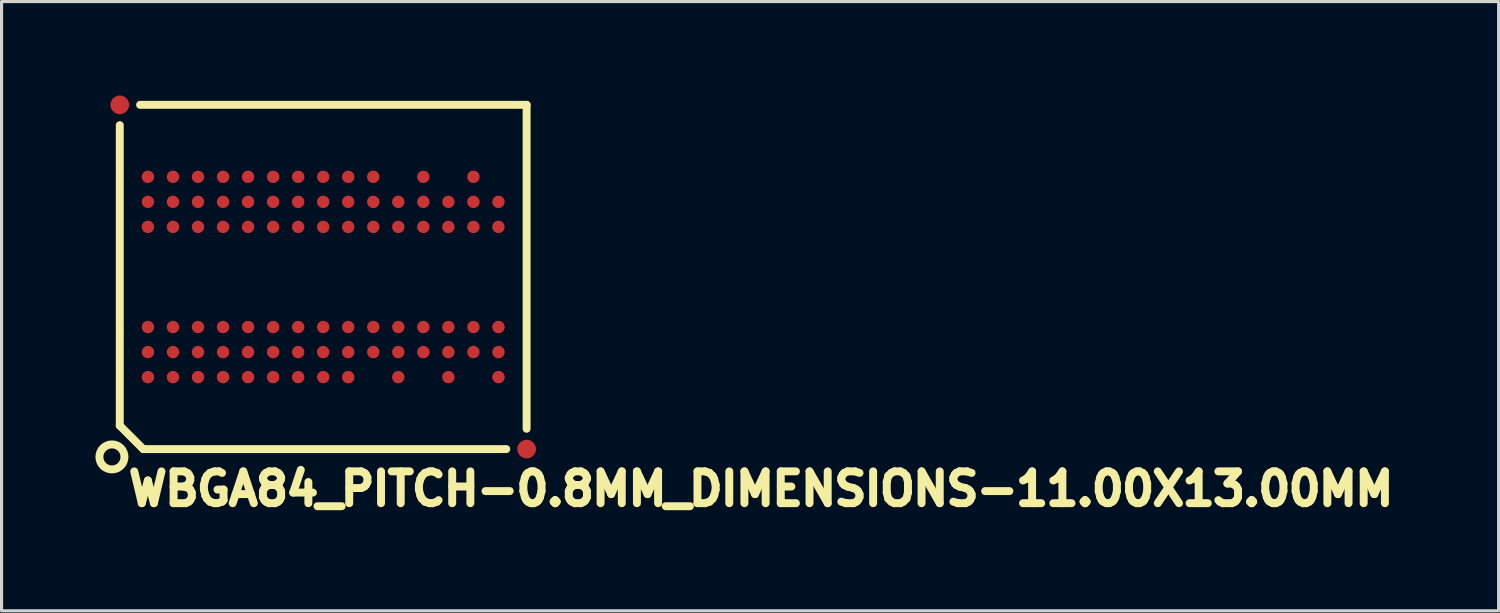
<source format=kicad_pcb>
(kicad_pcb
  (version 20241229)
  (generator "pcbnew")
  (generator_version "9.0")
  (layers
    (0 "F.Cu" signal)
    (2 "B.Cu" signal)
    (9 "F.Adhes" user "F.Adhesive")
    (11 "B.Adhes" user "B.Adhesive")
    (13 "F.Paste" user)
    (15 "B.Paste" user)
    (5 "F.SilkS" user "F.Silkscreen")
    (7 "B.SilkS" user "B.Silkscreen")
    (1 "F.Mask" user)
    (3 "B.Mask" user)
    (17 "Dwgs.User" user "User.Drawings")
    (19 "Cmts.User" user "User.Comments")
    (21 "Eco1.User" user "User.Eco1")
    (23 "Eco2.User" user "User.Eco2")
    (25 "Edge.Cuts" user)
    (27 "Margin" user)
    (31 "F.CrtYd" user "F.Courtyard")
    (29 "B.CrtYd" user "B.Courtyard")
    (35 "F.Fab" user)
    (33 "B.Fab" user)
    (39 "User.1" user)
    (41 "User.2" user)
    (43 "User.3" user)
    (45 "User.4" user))
  (footprint "WBGA84_PITCH-0.8MM_DIMENSIONS-11.00X13.00MM"
    (layer "F.Cu")
    (at 7.277 5.8)
    (property "Reference" "WBGA84_PITCH-0.8MM_DIMENSIONS-11.00X13.00MM" (at -6.35 7.366 0) (layer "F.SilkS") (effects (font (size 1.016 1.016) (thickness 0.254)) (justify left bottom)))
    (attr smd)
    (fp_line (start -6.5 -4.85) (end -6.5 4.75) (stroke (width 0.254) (type solid)) (layer "F.SilkS"))
    (fp_line (start -6.5 4.75) (end -5.75 5.5) (stroke (width 0.254) (type solid)) (layer "F.SilkS"))
    (fp_line (start -5.75 5.5) (end 5.85 5.5) (stroke (width 0.254) (type solid)) (layer "F.SilkS"))
    (fp_line (start 6.5 -5.5) (end -5.85 -5.5) (stroke (width 0.254) (type solid)) (layer "F.SilkS"))
    (fp_line (start 6.5 4.85) (end 6.5 -5.5) (stroke (width 0.254) (type solid)) (layer "F.SilkS"))
    (fp_circle (center -6.75 5.75) (end -6.35 5.75) (stroke (width 0.254) (type solid)) (fill no) (layer "F.SilkS"))
    (pad "" smd rect (at -5.6 -3.2 90) (size 0.42 0.42) (layers "F.Paste"))
    (pad "" smd rect (at -5.6 -2.4 90) (size 0.42 0.42) (layers "F.Paste"))
    (pad "" smd rect (at -5.6 -1.6 90) (size 0.42 0.42) (layers "F.Paste"))
    (pad "" smd rect (at -5.6 1.6 90) (size 0.42 0.42) (layers "F.Paste"))
    (pad "" smd rect (at -5.6 2.4 90) (size 0.42 0.42) (layers "F.Paste"))
    (pad "" smd rect (at -5.6 3.2 90) (size 0.42 0.42) (layers "F.Paste"))
    (pad "" smd rect (at -4.8 -3.2 90) (size 0.42 0.42) (layers "F.Paste"))
    (pad "" smd rect (at -4.8 -2.4 90) (size 0.42 0.42) (layers "F.Paste"))
    (pad "" smd rect (at -4.8 -1.6 90) (size 0.42 0.42) (layers "F.Paste"))
    (pad "" smd rect (at -4.8 1.6 90) (size 0.42 0.42) (layers "F.Paste"))
    (pad "" smd rect (at -4.8 2.4 90) (size 0.42 0.42) (layers "F.Paste"))
    (pad "" smd rect (at -4.8 3.2 90) (size 0.42 0.42) (layers "F.Paste"))
    (pad "" smd rect (at -4 -3.2 90) (size 0.42 0.42) (layers "F.Paste"))
    (pad "" smd rect (at -4 -2.4 90) (size 0.42 0.42) (layers "F.Paste"))
    (pad "" smd rect (at -4 -1.6 90) (size 0.42 0.42) (layers "F.Paste"))
    (pad "" smd rect (at -4 1.6 90) (size 0.42 0.42) (layers "F.Paste"))
    (pad "" smd rect (at -4 2.4 90) (size 0.42 0.42) (layers "F.Paste"))
    (pad "" smd rect (at -4 3.2 90) (size 0.42 0.42) (layers "F.Paste"))
    (pad "" smd rect (at -3.2 -3.2 90) (size 0.42 0.42) (layers "F.Paste"))
    (pad "" smd rect (at -3.2 -2.4 90) (size 0.42 0.42) (layers "F.Paste"))
    (pad "" smd rect (at -3.2 -1.6 90) (size 0.42 0.42) (layers "F.Paste"))
    (pad "" smd rect (at -3.2 1.6 90) (size 0.42 0.42) (layers "F.Paste"))
    (pad "" smd rect (at -3.2 2.4 90) (size 0.42 0.42) (layers "F.Paste"))
    (pad "" smd rect (at -3.2 3.2 90) (size 0.42 0.42) (layers "F.Paste"))
    (pad "" smd rect (at -2.4 -3.2 90) (size 0.42 0.42) (layers "F.Paste"))
    (pad "" smd rect (at -2.4 -2.4 90) (size 0.42 0.42) (layers "F.Paste"))
    (pad "" smd rect (at -2.4 -1.6 90) (size 0.42 0.42) (layers "F.Paste"))
    (pad "" smd rect (at -2.4 1.6 90) (size 0.42 0.42) (layers "F.Paste"))
    (pad "" smd rect (at -2.4 2.4 90) (size 0.42 0.42) (layers "F.Paste"))
    (pad "" smd rect (at -2.4 3.2 90) (size 0.42 0.42) (layers "F.Paste"))
    (pad "" smd rect (at -1.6 -3.2 90) (size 0.42 0.42) (layers "F.Paste"))
    (pad "" smd rect (at -1.6 -2.4 90) (size 0.42 0.42) (layers "F.Paste"))
    (pad "" smd rect (at -1.6 -1.6 90) (size 0.42 0.42) (layers "F.Paste"))
    (pad "" smd rect (at -1.6 1.6 90) (size 0.42 0.42) (layers "F.Paste"))
    (pad "" smd rect (at -1.6 2.4 90) (size 0.42 0.42) (layers "F.Paste"))
    (pad "" smd rect (at -1.6 3.2 90) (size 0.42 0.42) (layers "F.Paste"))
    (pad "" smd rect (at -0.8 -3.2 90) (size 0.42 0.42) (layers "F.Paste"))
    (pad "" smd rect (at -0.8 -2.4 90) (size 0.42 0.42) (layers "F.Paste"))
    (pad "" smd rect (at -0.8 -1.6 90) (size 0.42 0.42) (layers "F.Paste"))
    (pad "" smd rect (at -0.8 1.6 90) (size 0.42 0.42) (layers "F.Paste"))
    (pad "" smd rect (at -0.8 2.4 90) (size 0.42 0.42) (layers "F.Paste"))
    (pad "" smd rect (at -0.8 3.2 90) (size 0.42 0.42) (layers "F.Paste"))
    (pad "" smd rect (at 0 -3.2 90) (size 0.42 0.42) (layers "F.Paste"))
    (pad "" smd rect (at 0 -2.4 90) (size 0.42 0.42) (layers "F.Paste"))
    (pad "" smd rect (at 0 -1.6 90) (size 0.42 0.42) (layers "F.Paste"))
    (pad "" smd rect (at 0 1.6 90) (size 0.42 0.42) (layers "F.Paste"))
    (pad "" smd rect (at 0 2.4 90) (size 0.42 0.42) (layers "F.Paste"))
    (pad "" smd rect (at 0 3.2 90) (size 0.42 0.42) (layers "F.Paste"))
    (pad "" smd rect (at 0.8 -3.2 90) (size 0.42 0.42) (layers "F.Paste"))
    (pad "" smd rect (at 0.8 -2.4 90) (size 0.42 0.42) (layers "F.Paste"))
    (pad "" smd rect (at 0.8 -1.6 90) (size 0.42 0.42) (layers "F.Paste"))
    (pad "" smd rect (at 0.8 1.6 90) (size 0.42 0.42) (layers "F.Paste"))
    (pad "" smd rect (at 0.8 2.4 90) (size 0.42 0.42) (layers "F.Paste"))
    (pad "" smd rect (at 0.8 3.2 90) (size 0.42 0.42) (layers "F.Paste"))
    (pad "" smd rect (at 1.6 -3.2 90) (size 0.42 0.42) (layers "F.Paste"))
    (pad "" smd rect (at 1.6 -2.4 90) (size 0.42 0.42) (layers "F.Paste"))
    (pad "" smd rect (at 1.6 -1.6 90) (size 0.42 0.42) (layers "F.Paste"))
    (pad "" smd rect (at 1.6 1.6 90) (size 0.42 0.42) (layers "F.Paste"))
    (pad "" smd rect (at 1.6 2.4 90) (size 0.42 0.42) (layers "F.Paste"))
    (pad "" smd rect (at 2.4 -2.4 90) (size 0.42 0.42) (layers "F.Paste"))
    (pad "" smd rect (at 2.4 -1.6 90) (size 0.42 0.42) (layers "F.Paste"))
    (pad "" smd rect (at 2.4 1.6 90) (size 0.42 0.42) (layers "F.Paste"))
    (pad "" smd rect (at 2.4 2.4 90) (size 0.42 0.42) (layers "F.Paste"))
    (pad "" smd rect (at 2.4 3.2 90) (size 0.42 0.42) (layers "F.Paste"))
    (pad "" smd rect (at 3.2 -3.2 90) (size 0.42 0.42) (layers "F.Paste"))
    (pad "" smd rect (at 3.2 -2.4 90) (size 0.42 0.42) (layers "F.Paste"))
    (pad "" smd rect (at 3.2 -1.6 90) (size 0.42 0.42) (layers "F.Paste"))
    (pad "" smd rect (at 3.2 1.6 90) (size 0.42 0.42) (layers "F.Paste"))
    (pad "" smd rect (at 3.2 2.4 90) (size 0.42 0.42) (layers "F.Paste"))
    (pad "" smd rect (at 4 -2.4 90) (size 0.42 0.42) (layers "F.Paste"))
    (pad "" smd rect (at 4 -1.6 90) (size 0.42 0.42) (layers "F.Paste"))
    (pad "" smd rect (at 4 1.6 90) (size 0.42 0.42) (layers "F.Paste"))
    (pad "" smd rect (at 4 2.4 90) (size 0.42 0.42) (layers "F.Paste"))
    (pad "" smd rect (at 4 3.2 90) (size 0.42 0.42) (layers "F.Paste"))
    (pad "" smd rect (at 4.8 -3.2 90) (size 0.42 0.42) (layers "F.Paste"))
    (pad "" smd rect (at 4.8 -2.4 90) (size 0.42 0.42) (layers "F.Paste"))
    (pad "" smd rect (at 4.8 -1.6 90) (size 0.42 0.42) (layers "F.Paste"))
    (pad "" smd rect (at 4.8 1.6 90) (size 0.42 0.42) (layers "F.Paste"))
    (pad "" smd rect (at 4.8 2.4 90) (size 0.42 0.42) (layers "F.Paste"))
    (pad "" smd rect (at 5.6 -2.4 90) (size 0.42 0.42) (layers "F.Paste"))
    (pad "" smd rect (at 5.6 -1.6 90) (size 0.42 0.42) (layers "F.Paste"))
    (pad "" smd rect (at 5.6 1.6 90) (size 0.42 0.42) (layers "F.Paste"))
    (pad "" smd rect (at 5.6 2.4 90) (size 0.42 0.42) (layers "F.Paste"))
    (pad "" smd rect (at 5.6 3.2 90) (size 0.42 0.42) (layers "F.Paste"))
    (pad "A1" smd roundrect (at -5.6 3.2 90) (size 0.4 0.4) (layers "F.Cu" "F.Mask") (roundrect_rratio 0.5))
    (pad "A2" smd roundrect (at -5.6 2.4 90) (size 0.4 0.4) (layers "F.Cu" "F.Mask") (roundrect_rratio 0.5))
    (pad "A3" smd roundrect (at -5.6 1.6 90) (size 0.4 0.4) (layers "F.Cu" "F.Mask") (roundrect_rratio 0.5))
    (pad "A7" smd roundrect (at -5.6 -1.6 90) (size 0.4 0.4) (layers "F.Cu" "F.Mask") (roundrect_rratio 0.5))
    (pad "A8" smd roundrect (at -5.6 -2.4 90) (size 0.4 0.4) (layers "F.Cu" "F.Mask") (roundrect_rratio 0.5))
    (pad "A9" smd roundrect (at -5.6 -3.2 90) (size 0.4 0.4) (layers "F.Cu" "F.Mask") (roundrect_rratio 0.5))
    (pad "B1" smd roundrect (at -4.8 3.2 90) (size 0.4 0.4) (layers "F.Cu" "F.Mask") (roundrect_rratio 0.5))
    (pad "B2" smd roundrect (at -4.8 2.4 90) (size 0.4 0.4) (layers "F.Cu" "F.Mask") (roundrect_rratio 0.5))
    (pad "B3" smd roundrect (at -4.8 1.6 90) (size 0.4 0.4) (layers "F.Cu" "F.Mask") (roundrect_rratio 0.5))
    (pad "B7" smd roundrect (at -4.8 -1.6 90) (size 0.4 0.4) (layers "F.Cu" "F.Mask") (roundrect_rratio 0.5))
    (pad "B8" smd roundrect (at -4.8 -2.4 90) (size 0.4 0.4) (layers "F.Cu" "F.Mask") (roundrect_rratio 0.5))
    (pad "B9" smd roundrect (at -4.8 -3.2 90) (size 0.4 0.4) (layers "F.Cu" "F.Mask") (roundrect_rratio 0.5))
    (pad "C1" smd roundrect (at -4 3.2 90) (size 0.4 0.4) (layers "F.Cu" "F.Mask") (roundrect_rratio 0.5))
    (pad "C2" smd roundrect (at -4 2.4 90) (size 0.4 0.4) (layers "F.Cu" "F.Mask") (roundrect_rratio 0.5))
    (pad "C3" smd roundrect (at -4 1.6 90) (size 0.4 0.4) (layers "F.Cu" "F.Mask") (roundrect_rratio 0.5))
    (pad "C7" smd roundrect (at -4 -1.6 90) (size 0.4 0.4) (layers "F.Cu" "F.Mask") (roundrect_rratio 0.5))
    (pad "C8" smd roundrect (at -4 -2.4 90) (size 0.4 0.4) (layers "F.Cu" "F.Mask") (roundrect_rratio 0.5))
    (pad "C9" smd roundrect (at -4 -3.2 90) (size 0.4 0.4) (layers "F.Cu" "F.Mask") (roundrect_rratio 0.5))
    (pad "D1" smd roundrect (at -3.2 3.2 90) (size 0.4 0.4) (layers "F.Cu" "F.Mask") (roundrect_rratio 0.5))
    (pad "D2" smd roundrect (at -3.2 2.4 90) (size 0.4 0.4) (layers "F.Cu" "F.Mask") (roundrect_rratio 0.5))
    (pad "D3" smd roundrect (at -3.2 1.6 90) (size 0.4 0.4) (layers "F.Cu" "F.Mask") (roundrect_rratio 0.5))
    (pad "D7" smd roundrect (at -3.2 -1.6 90) (size 0.4 0.4) (layers "F.Cu" "F.Mask") (roundrect_rratio 0.5))
    (pad "D8" smd roundrect (at -3.2 -2.4 90) (size 0.4 0.4) (layers "F.Cu" "F.Mask") (roundrect_rratio 0.5))
    (pad "D9" smd roundrect (at -3.2 -3.2 90) (size 0.4 0.4) (layers "F.Cu" "F.Mask") (roundrect_rratio 0.5))
    (pad "E1" smd roundrect (at -2.4 3.2 90) (size 0.4 0.4) (layers "F.Cu" "F.Mask") (roundrect_rratio 0.5))
    (pad "E2" smd roundrect (at -2.4 2.4 90) (size 0.4 0.4) (layers "F.Cu" "F.Mask") (roundrect_rratio 0.5))
    (pad "E3" smd roundrect (at -2.4 1.6 90) (size 0.4 0.4) (layers "F.Cu" "F.Mask") (roundrect_rratio 0.5))
    (pad "E7" smd roundrect (at -2.4 -1.6 90) (size 0.4 0.4) (layers "F.Cu" "F.Mask") (roundrect_rratio 0.5))
    (pad "E8" smd roundrect (at -2.4 -2.4 90) (size 0.4 0.4) (layers "F.Cu" "F.Mask") (roundrect_rratio 0.5))
    (pad "E9" smd roundrect (at -2.4 -3.2 90) (size 0.4 0.4) (layers "F.Cu" "F.Mask") (roundrect_rratio 0.5))
    (pad "F1" smd roundrect (at -1.6 3.2 90) (size 0.4 0.4) (layers "F.Cu" "F.Mask") (roundrect_rratio 0.5))
    (pad "F2" smd roundrect (at -1.6 2.4 90) (size 0.4 0.4) (layers "F.Cu" "F.Mask") (roundrect_rratio 0.5))
    (pad "F3" smd roundrect (at -1.6 1.6 90) (size 0.4 0.4) (layers "F.Cu" "F.Mask") (roundrect_rratio 0.5))
    (pad "F7" smd roundrect (at -1.6 -1.6 90) (size 0.4 0.4) (layers "F.Cu" "F.Mask") (roundrect_rratio 0.5))
    (pad "F8" smd roundrect (at -1.6 -2.4 90) (size 0.4 0.4) (layers "F.Cu" "F.Mask") (roundrect_rratio 0.5))
    (pad "F9" smd roundrect (at -1.6 -3.2 90) (size 0.4 0.4) (layers "F.Cu" "F.Mask") (roundrect_rratio 0.5))
    (pad "FID1" smd roundrect (at 6.5 5.5 90) (size 0.6 0.6) (layers "F.Cu" "F.Mask") (roundrect_rratio 0.5))
    (pad "FID2" smd roundrect (at -6.5 -5.5 90) (size 0.6 0.6) (layers "F.Cu" "F.Mask") (roundrect_rratio 0.5))
    (pad "G1" smd roundrect (at -0.8 3.2 90) (size 0.4 0.4) (layers "F.Cu" "F.Mask") (roundrect_rratio 0.5))
    (pad "G2" smd roundrect (at -0.8 2.4 90) (size 0.4 0.4) (layers "F.Cu" "F.Mask") (roundrect_rratio 0.5))
    (pad "G3" smd roundrect (at -0.8 1.6 90) (size 0.4 0.4) (layers "F.Cu" "F.Mask") (roundrect_rratio 0.5))
    (pad "G7" smd roundrect (at -0.8 -1.6 90) (size 0.4 0.4) (layers "F.Cu" "F.Mask") (roundrect_rratio 0.5))
    (pad "G8" smd roundrect (at -0.8 -2.4 90) (size 0.4 0.4) (layers "F.Cu" "F.Mask") (roundrect_rratio 0.5))
    (pad "G9" smd roundrect (at -0.8 -3.2 90) (size 0.4 0.4) (layers "F.Cu" "F.Mask") (roundrect_rratio 0.5))
    (pad "H1" smd roundrect (at 0 3.2 90) (size 0.4 0.4) (layers "F.Cu" "F.Mask") (roundrect_rratio 0.5))
    (pad "H2" smd roundrect (at 0 2.4 90) (size 0.4 0.4) (layers "F.Cu" "F.Mask") (roundrect_rratio 0.5))
    (pad "H3" smd roundrect (at 0 1.6 90) (size 0.4 0.4) (layers "F.Cu" "F.Mask") (roundrect_rratio 0.5))
    (pad "H7" smd roundrect (at 0 -1.6 90) (size 0.4 0.4) (layers "F.Cu" "F.Mask") (roundrect_rratio 0.5))
    (pad "H8" smd roundrect (at 0 -2.4 90) (size 0.4 0.4) (layers "F.Cu" "F.Mask") (roundrect_rratio 0.5))
    (pad "H9" smd roundrect (at 0 -3.2 90) (size 0.4 0.4) (layers "F.Cu" "F.Mask") (roundrect_rratio 0.5))
    (pad "J1" smd roundrect (at 0.8 3.2 90) (size 0.4 0.4) (layers "F.Cu" "F.Mask") (roundrect_rratio 0.5))
    (pad "J2" smd roundrect (at 0.8 2.4 90) (size 0.4 0.4) (layers "F.Cu" "F.Mask") (roundrect_rratio 0.5))
    (pad "J3" smd roundrect (at 0.8 1.6 90) (size 0.4 0.4) (layers "F.Cu" "F.Mask") (roundrect_rratio 0.5))
    (pad "J7" smd roundrect (at 0.8 -1.6 90) (size 0.4 0.4) (layers "F.Cu" "F.Mask") (roundrect_rratio 0.5))
    (pad "J8" smd roundrect (at 0.8 -2.4 90) (size 0.4 0.4) (layers "F.Cu" "F.Mask") (roundrect_rratio 0.5))
    (pad "J9" smd roundrect (at 0.8 -3.2 90) (size 0.4 0.4) (layers "F.Cu" "F.Mask") (roundrect_rratio 0.5))
    (pad "K2" smd roundrect (at 1.6 2.4 90) (size 0.4 0.4) (layers "F.Cu" "F.Mask") (roundrect_rratio 0.5))
    (pad "K3" smd roundrect (at 1.6 1.6 90) (size 0.4 0.4) (layers "F.Cu" "F.Mask") (roundrect_rratio 0.5))
    (pad "K7" smd roundrect (at 1.6 -1.6 90) (size 0.4 0.4) (layers "F.Cu" "F.Mask") (roundrect_rratio 0.5))
    (pad "K8" smd roundrect (at 1.6 -2.4 90) (size 0.4 0.4) (layers "F.Cu" "F.Mask") (roundrect_rratio 0.5))
    (pad "K9" smd roundrect (at 1.6 -3.2 90) (size 0.4 0.4) (layers "F.Cu" "F.Mask") (roundrect_rratio 0.5))
    (pad "L1" smd roundrect (at 2.4 3.2 90) (size 0.4 0.4) (layers "F.Cu" "F.Mask") (roundrect_rratio 0.5))
    (pad "L2" smd roundrect (at 2.4 2.4 90) (size 0.4 0.4) (layers "F.Cu" "F.Mask") (roundrect_rratio 0.5))
    (pad "L3" smd roundrect (at 2.4 1.6 90) (size 0.4 0.4) (layers "F.Cu" "F.Mask") (roundrect_rratio 0.5))
    (pad "L7" smd roundrect (at 2.4 -1.6 90) (size 0.4 0.4) (layers "F.Cu" "F.Mask") (roundrect_rratio 0.5))
    (pad "L8" smd roundrect (at 2.4 -2.4 90) (size 0.4 0.4) (layers "F.Cu" "F.Mask") (roundrect_rratio 0.5))
    (pad "M2" smd roundrect (at 3.2 2.4 90) (size 0.4 0.4) (layers "F.Cu" "F.Mask") (roundrect_rratio 0.5))
    (pad "M3" smd roundrect (at 3.2 1.6 90) (size 0.4 0.4) (layers "F.Cu" "F.Mask") (roundrect_rratio 0.5))
    (pad "M7" smd roundrect (at 3.2 -1.6 90) (size 0.4 0.4) (layers "F.Cu" "F.Mask") (roundrect_rratio 0.5))
    (pad "M8" smd roundrect (at 3.2 -2.4 90) (size 0.4 0.4) (layers "F.Cu" "F.Mask") (roundrect_rratio 0.5))
    (pad "M9" smd roundrect (at 3.2 -3.2 90) (size 0.4 0.4) (layers "F.Cu" "F.Mask") (roundrect_rratio 0.5))
    (pad "N1" smd roundrect (at 4 3.2 90) (size 0.4 0.4) (layers "F.Cu" "F.Mask") (roundrect_rratio 0.5))
    (pad "N2" smd roundrect (at 4 2.4 90) (size 0.4 0.4) (layers "F.Cu" "F.Mask") (roundrect_rratio 0.5))
    (pad "N3" smd roundrect (at 4 1.6 90) (size 0.4 0.4) (layers "F.Cu" "F.Mask") (roundrect_rratio 0.5))
    (pad "N7" smd roundrect (at 4 -1.6 90) (size 0.4 0.4) (layers "F.Cu" "F.Mask") (roundrect_rratio 0.5))
    (pad "N8" smd roundrect (at 4 -2.4 90) (size 0.4 0.4) (layers "F.Cu" "F.Mask") (roundrect_rratio 0.5))
    (pad "P2" smd roundrect (at 4.8 2.4 90) (size 0.4 0.4) (layers "F.Cu" "F.Mask") (roundrect_rratio 0.5))
    (pad "P3" smd roundrect (at 4.8 1.6 90) (size 0.4 0.4) (layers "F.Cu" "F.Mask") (roundrect_rratio 0.5))
    (pad "P7" smd roundrect (at 4.8 -1.6 90) (size 0.4 0.4) (layers "F.Cu" "F.Mask") (roundrect_rratio 0.5))
    (pad "P8" smd roundrect (at 4.8 -2.4 90) (size 0.4 0.4) (layers "F.Cu" "F.Mask") (roundrect_rratio 0.5))
    (pad "P9" smd roundrect (at 4.8 -3.2 90) (size 0.4 0.4) (layers "F.Cu" "F.Mask") (roundrect_rratio 0.5))
    (pad "R1" smd roundrect (at 5.6 3.2 90) (size 0.4 0.4) (layers "F.Cu" "F.Mask") (roundrect_rratio 0.5))
    (pad "R2" smd roundrect (at 5.6 2.4 90) (size 0.4 0.4) (layers "F.Cu" "F.Mask") (roundrect_rratio 0.5))
    (pad "R3" smd roundrect (at 5.6 1.6 90) (size 0.4 0.4) (layers "F.Cu" "F.Mask") (roundrect_rratio 0.5))
    (pad "R7" smd roundrect (at 5.6 -1.6 90) (size 0.4 0.4) (layers "F.Cu" "F.Mask") (roundrect_rratio 0.5))
    (pad "R8" smd roundrect (at 5.6 -2.4 90) (size 0.4 0.4) (layers "F.Cu" "F.Mask") (roundrect_rratio 0.5)))
  (gr_rect
    (start -3 -3)
    (end 44.836 16.468)
    (stroke (width 0.1) (type default))
    (fill no)
    (layer "Edge.Cuts")))
</source>
